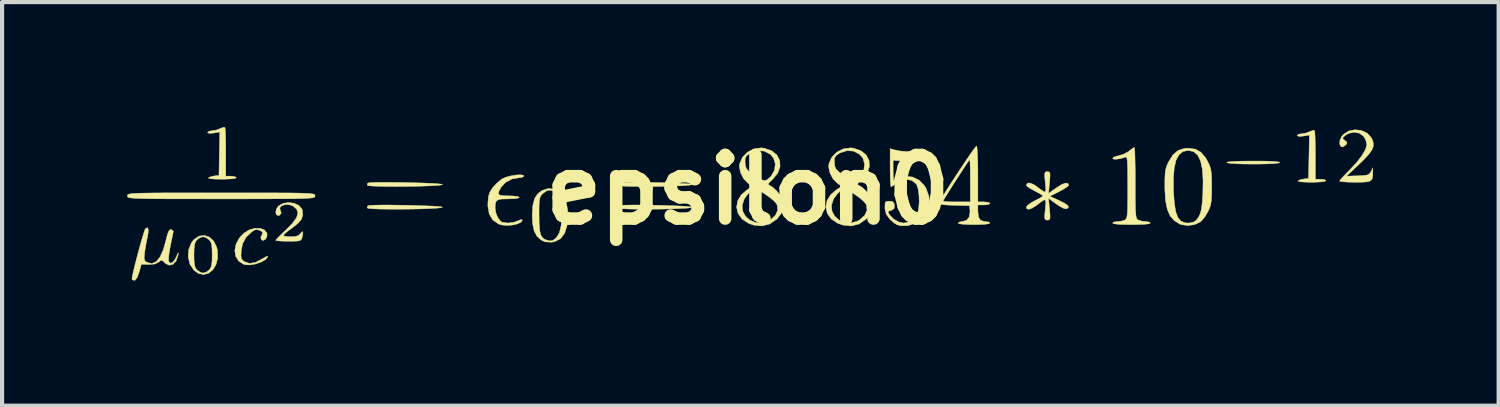
<source format=kicad_pcb>
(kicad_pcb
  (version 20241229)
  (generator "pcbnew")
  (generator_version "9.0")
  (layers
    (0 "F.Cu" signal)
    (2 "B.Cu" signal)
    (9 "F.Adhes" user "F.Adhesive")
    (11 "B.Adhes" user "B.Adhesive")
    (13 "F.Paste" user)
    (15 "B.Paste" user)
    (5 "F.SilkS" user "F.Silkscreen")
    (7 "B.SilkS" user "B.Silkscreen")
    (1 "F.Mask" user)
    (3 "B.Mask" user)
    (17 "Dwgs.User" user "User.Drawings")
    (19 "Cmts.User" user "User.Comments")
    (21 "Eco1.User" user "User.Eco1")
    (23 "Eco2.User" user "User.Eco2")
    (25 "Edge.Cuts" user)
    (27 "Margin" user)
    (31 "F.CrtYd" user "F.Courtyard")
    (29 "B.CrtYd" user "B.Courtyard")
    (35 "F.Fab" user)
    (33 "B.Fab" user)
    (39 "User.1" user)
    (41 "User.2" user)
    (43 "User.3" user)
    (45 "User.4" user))
  (footprint "epsilon0"
    (layer "F.Cu")
    (at 14.882 1.501)
    (property "Reference" "epsilon0" (at 0 0 0) (layer "F.SilkS") (effects (font (size 1.524 1.524) (thickness 0.3))))
    (attr through_hole)
    (fp_poly (pts (xy 1.413 0.562) (xy 1.473 0.611) (xy 1.488 0.688) (xy 1.462 0.781) (xy 1.399 0.829) (xy 1.32 0.822) (xy 1.277 0.791) (xy 1.236 0.71) (xy 1.25 0.63) (xy 1.306 0.571) (xy 1.391 0.556) (xy 1.413 0.562)) (stroke (width 0.01) (type solid)) (fill yes) (layer "F.SilkS"))
    (fp_poly (pts (xy 12.379 -0.688) (xy 12.572 -0.682) (xy 12.697 -0.672) (xy 12.752 -0.659) (xy 12.754 -0.653) (xy 12.71 -0.64) (xy 12.602 -0.629) (xy 12.438 -0.621) (xy 12.226 -0.617) (xy 12.119 -0.617) (xy 11.889 -0.619) (xy 11.703 -0.625) (xy 11.569 -0.634) (xy 11.495 -0.647) (xy 11.484 -0.653) (xy 11.51 -0.668) (xy 11.607 -0.678) (xy 11.772 -0.686) (xy 12.005 -0.689) (xy 12.119 -0.689) (xy 12.379 -0.688)) (stroke (width 0.01) (type solid)) (fill yes) (layer "F.SilkS"))
    (fp_poly (pts (xy -8.587 -0.179) (xy -8.377 -0.177) (xy -8.158 -0.173) (xy -7.942 -0.167) (xy -7.741 -0.161) (xy -7.566 -0.153) (xy -7.43 -0.144) (xy -7.345 -0.135) (xy -7.321 -0.127) (xy -7.358 -0.115) (xy -7.456 -0.105) (xy -7.603 -0.096) (xy -7.786 -0.089) (xy -7.993 -0.083) (xy -8.213 -0.08) (xy -8.434 -0.079) (xy -8.643 -0.08) (xy -8.829 -0.083) (xy -8.979 -0.089) (xy -9.082 -0.097) (xy -9.125 -0.108) (xy -9.126 -0.108) (xy -9.12 -0.152) (xy -9.1 -0.164) (xy -9.044 -0.172) (xy -8.932 -0.177) (xy -8.776 -0.179) (xy -8.587 -0.179)) (stroke (width 0.01) (type solid)) (fill yes) (layer "F.SilkS"))
    (fp_poly (pts (xy -8.587 0.365) (xy -8.377 0.368) (xy -8.158 0.371) (xy -7.942 0.377) (xy -7.741 0.384) (xy -7.566 0.391) (xy -7.43 0.4) (xy -7.345 0.409) (xy -7.321 0.417) (xy -7.358 0.429) (xy -7.456 0.44) (xy -7.603 0.448) (xy -7.786 0.456) (xy -7.993 0.461) (xy -8.213 0.464) (xy -8.434 0.465) (xy -8.643 0.464) (xy -8.829 0.461) (xy -8.979 0.455) (xy -9.082 0.447) (xy -9.125 0.436) (xy -9.126 0.436) (xy -9.12 0.393) (xy -9.1 0.38) (xy -9.044 0.372) (xy -8.932 0.368) (xy -8.776 0.365) (xy -8.587 0.365)) (stroke (width 0.01) (type solid)) (fill yes) (layer "F.SilkS"))
    (fp_poly (pts (xy -2.6 -0.179) (xy -2.39 -0.177) (xy -2.171 -0.173) (xy -1.955 -0.167) (xy -1.754 -0.161) (xy -1.579 -0.153) (xy -1.443 -0.144) (xy -1.358 -0.135) (xy -1.333 -0.127) (xy -1.371 -0.115) (xy -1.469 -0.105) (xy -1.615 -0.096) (xy -1.798 -0.089) (xy -2.006 -0.083) (xy -2.226 -0.08) (xy -2.447 -0.079) (xy -2.656 -0.08) (xy -2.842 -0.083) (xy -2.992 -0.089) (xy -3.095 -0.097) (xy -3.138 -0.108) (xy -3.138 -0.108) (xy -3.133 -0.152) (xy -3.113 -0.164) (xy -3.057 -0.172) (xy -2.945 -0.177) (xy -2.789 -0.179) (xy -2.6 -0.179)) (stroke (width 0.01) (type solid)) (fill yes) (layer "F.SilkS"))
    (fp_poly (pts (xy -2.6 0.365) (xy -2.39 0.368) (xy -2.171 0.371) (xy -1.955 0.377) (xy -1.754 0.384) (xy -1.579 0.391) (xy -1.443 0.4) (xy -1.358 0.409) (xy -1.333 0.417) (xy -1.371 0.429) (xy -1.469 0.44) (xy -1.615 0.448) (xy -1.798 0.456) (xy -2.006 0.461) (xy -2.226 0.464) (xy -2.447 0.465) (xy -2.656 0.464) (xy -2.842 0.461) (xy -2.992 0.455) (xy -3.095 0.447) (xy -3.138 0.436) (xy -3.138 0.436) (xy -3.133 0.393) (xy -3.113 0.38) (xy -3.057 0.372) (xy -2.945 0.368) (xy -2.789 0.365) (xy -2.6 0.365)) (stroke (width 0.01) (type solid)) (fill yes) (layer "F.SilkS"))
    (fp_poly (pts (xy -12.539 -1.496) (xy -12.532 -1.455) (xy -12.526 -1.353) (xy -12.522 -1.205) (xy -12.519 -1.023) (xy -12.519 -0.901) (xy -12.519 -0.327) (xy -12.392 -0.327) (xy -12.308 -0.317) (xy -12.266 -0.295) (xy -12.265 -0.29) (xy -12.299 -0.273) (xy -12.395 -0.261) (xy -12.542 -0.255) (xy -12.617 -0.254) (xy -12.779 -0.257) (xy -12.888 -0.266) (xy -12.935 -0.28) (xy -12.934 -0.287) (xy -12.875 -0.315) (xy -12.791 -0.333) (xy -12.682 -0.345) (xy -12.672 -0.865) (xy -12.662 -1.386) (xy -12.808 -1.361) (xy -12.913 -1.352) (xy -12.954 -1.372) (xy -12.954 -1.376) (xy -12.923 -1.404) (xy -12.854 -1.415) (xy -12.746 -1.433) (xy -12.657 -1.466) (xy -12.583 -1.496) (xy -12.539 -1.496) (xy -12.539 -1.496)) (stroke (width 0.01) (type solid)) (fill yes) (layer "F.SilkS"))
    (fp_poly (pts (xy 13.586 -1.424) (xy 13.593 -1.382) (xy 13.6 -1.281) (xy 13.604 -1.133) (xy 13.607 -0.95) (xy 13.607 -0.829) (xy 13.607 -0.254) (xy 13.734 -0.254) (xy 13.818 -0.245) (xy 13.86 -0.222) (xy 13.861 -0.218) (xy 13.827 -0.201) (xy 13.731 -0.188) (xy 13.584 -0.182) (xy 13.509 -0.181) (xy 13.346 -0.185) (xy 13.238 -0.193) (xy 13.191 -0.207) (xy 13.192 -0.215) (xy 13.25 -0.243) (xy 13.335 -0.26) (xy 13.444 -0.272) (xy 13.454 -0.793) (xy 13.464 -1.313) (xy 13.318 -1.288) (xy 13.213 -1.28) (xy 13.172 -1.299) (xy 13.172 -1.303) (xy 13.203 -1.332) (xy 13.271 -1.343) (xy 13.38 -1.36) (xy 13.469 -1.394) (xy 13.543 -1.423) (xy 13.586 -1.424) (xy 13.586 -1.424)) (stroke (width 0.01) (type solid)) (fill yes) (layer "F.SilkS"))
    (fp_poly (pts (xy -11.693 0.924) (xy -11.591 0.963) (xy -11.532 1.04) (xy -11.529 1.05) (xy -11.532 1.126) (xy -11.568 1.187) (xy -11.62 1.215) (xy -11.661 1.199) (xy -11.68 1.144) (xy -11.655 1.087) (xy -11.631 1.031) (xy -11.66 0.994) (xy -11.703 0.973) (xy -11.779 0.951) (xy -11.848 0.973) (xy -11.891 1.003) (xy -12.035 1.14) (xy -12.118 1.3) (xy -12.148 1.464) (xy -12.154 1.581) (xy -12.143 1.651) (xy -12.109 1.696) (xy -12.071 1.723) (xy -11.948 1.765) (xy -11.802 1.741) (xy -11.632 1.65) (xy -11.627 1.647) (xy -11.552 1.603) (xy -11.512 1.594) (xy -11.51 1.604) (xy -11.563 1.671) (xy -11.666 1.73) (xy -11.797 1.776) (xy -11.933 1.801) (xy -12.052 1.797) (xy -12.083 1.789) (xy -12.208 1.71) (xy -12.281 1.594) (xy -12.302 1.454) (xy -12.272 1.302) (xy -12.19 1.153) (xy -12.083 1.04) (xy -11.957 0.962) (xy -11.821 0.923) (xy -11.693 0.924)) (stroke (width 0.01) (type solid)) (fill yes) (layer "F.SilkS"))
    (fp_poly (pts (xy -12.91 1.135) (xy -12.808 1.23) (xy -12.737 1.373) (xy -12.718 1.461) (xy -12.714 1.642) (xy -12.755 1.798) (xy -12.83 1.92) (xy -12.931 2) (xy -13.048 2.032) (xy -13.172 2.006) (xy -13.281 1.929) (xy -13.377 1.785) (xy -13.419 1.614) (xy -13.416 1.56) (xy -13.281 1.56) (xy -13.278 1.714) (xy -13.266 1.815) (xy -13.242 1.88) (xy -13.208 1.923) (xy -13.129 1.978) (xy -13.063 1.996) (xy -12.984 1.971) (xy -12.918 1.923) (xy -12.88 1.873) (xy -12.858 1.805) (xy -12.847 1.699) (xy -12.845 1.56) (xy -12.848 1.406) (xy -12.86 1.306) (xy -12.884 1.241) (xy -12.918 1.197) (xy -12.997 1.143) (xy -13.063 1.125) (xy -13.142 1.149) (xy -13.208 1.197) (xy -13.246 1.247) (xy -13.268 1.316) (xy -13.278 1.422) (xy -13.281 1.56) (xy -13.416 1.56) (xy -13.408 1.436) (xy -13.344 1.273) (xy -13.281 1.192) (xy -13.158 1.11) (xy -13.03 1.093) (xy -12.91 1.135)) (stroke (width 0.01) (type solid)) (fill yes) (layer "F.SilkS"))
    (fp_poly (pts (xy -4.652 -0.016) (xy -4.543 0.037) (xy -4.431 0.136) (xy -4.359 0.278) (xy -4.324 0.472) (xy -4.318 0.617) (xy -4.337 0.861) (xy -4.394 1.044) (xy -4.491 1.171) (xy -4.63 1.242) (xy -4.705 1.257) (xy -4.857 1.248) (xy -4.956 1.204) (xy -5.057 1.114) (xy -5.124 0.987) (xy -5.16 0.813) (xy -5.17 0.599) (xy -5.007 0.599) (xy -5.004 0.815) (xy -4.992 0.97) (xy -4.968 1.076) (xy -4.929 1.145) (xy -4.873 1.187) (xy -4.851 1.197) (xy -4.745 1.227) (xy -4.667 1.21) (xy -4.591 1.148) (xy -4.518 1.029) (xy -4.476 0.851) (xy -4.466 0.612) (xy -4.474 0.44) (xy -4.489 0.292) (xy -4.508 0.196) (xy -4.541 0.133) (xy -4.59 0.082) (xy -4.704 0.012) (xy -4.809 0.014) (xy -4.915 0.086) (xy -4.918 0.089) (xy -4.957 0.132) (xy -4.982 0.178) (xy -4.997 0.244) (xy -5.005 0.343) (xy -5.007 0.492) (xy -5.007 0.599) (xy -5.17 0.599) (xy -5.17 0.599) (xy -5.156 0.375) (xy -5.113 0.21) (xy -5.037 0.093) (xy -4.936 0.019) (xy -4.79 -0.031) (xy -4.652 -0.016)) (stroke (width 0.01) (type solid)) (fill yes) (layer "F.SilkS"))
    (fp_poly (pts (xy -12.168 0.073) (xy -11.776 0.073) (xy -11.445 0.073) (xy -11.172 0.075) (xy -10.949 0.076) (xy -10.773 0.079) (xy -10.637 0.083) (xy -10.537 0.088) (xy -10.466 0.094) (xy -10.42 0.102) (xy -10.394 0.112) (xy -10.382 0.124) (xy -10.378 0.138) (xy -10.378 0.145) (xy -10.379 0.16) (xy -10.386 0.173) (xy -10.405 0.183) (xy -10.441 0.192) (xy -10.499 0.199) (xy -10.584 0.205) (xy -10.701 0.209) (xy -10.857 0.213) (xy -11.056 0.215) (xy -11.304 0.216) (xy -11.606 0.217) (xy -11.967 0.218) (xy -12.393 0.218) (xy -12.627 0.218) (xy -13.087 0.218) (xy -13.479 0.217) (xy -13.809 0.217) (xy -14.083 0.216) (xy -14.306 0.214) (xy -14.482 0.211) (xy -14.618 0.207) (xy -14.718 0.202) (xy -14.789 0.196) (xy -14.835 0.188) (xy -14.861 0.178) (xy -14.873 0.166) (xy -14.877 0.153) (xy -14.877 0.145) (xy -14.876 0.13) (xy -14.868 0.118) (xy -14.85 0.107) (xy -14.814 0.098) (xy -14.756 0.091) (xy -14.671 0.085) (xy -14.553 0.081) (xy -14.398 0.078) (xy -14.198 0.075) (xy -13.951 0.074) (xy -13.649 0.073) (xy -13.287 0.073) (xy -12.862 0.073) (xy -12.627 0.073) (xy -12.168 0.073)) (stroke (width 0.01) (type solid)) (fill yes) (layer "F.SilkS"))
    (fp_poly (pts (xy -10.879 0.323) (xy -10.766 0.375) (xy -10.694 0.459) (xy -10.684 0.487) (xy -10.672 0.605) (xy -10.706 0.708) (xy -10.794 0.81) (xy -10.922 0.91) (xy -11.028 0.988) (xy -11.105 1.053) (xy -11.139 1.092) (xy -11.14 1.094) (xy -11.107 1.112) (xy -11.024 1.123) (xy -10.96 1.125) (xy -10.841 1.118) (xy -10.769 1.09) (xy -10.724 1.044) (xy -10.684 1.002) (xy -10.668 1.024) (xy -10.68 1.106) (xy -10.691 1.152) (xy -10.707 1.192) (xy -10.738 1.216) (xy -10.801 1.229) (xy -10.91 1.233) (xy -11.017 1.234) (xy -11.155 1.231) (xy -11.261 1.224) (xy -11.316 1.215) (xy -11.321 1.211) (xy -11.296 1.178) (xy -11.229 1.108) (xy -11.133 1.016) (xy -11.082 0.969) (xy -10.92 0.805) (xy -10.822 0.668) (xy -10.789 0.555) (xy -10.819 0.463) (xy -10.91 0.387) (xy -10.924 0.38) (xy -11.017 0.353) (xy -11.11 0.358) (xy -11.186 0.388) (xy -11.225 0.434) (xy -11.211 0.491) (xy -11.21 0.493) (xy -11.188 0.559) (xy -11.226 0.608) (xy -11.269 0.617) (xy -11.31 0.589) (xy -11.319 0.523) (xy -11.297 0.444) (xy -11.255 0.387) (xy -11.144 0.325) (xy -11.012 0.305) (xy -10.879 0.323)) (stroke (width 0.01) (type solid)) (fill yes) (layer "F.SilkS"))
    (fp_poly (pts (xy -5.387 -0.35) (xy -5.37 -0.332) (xy -5.402 -0.303) (xy -5.478 -0.29) (xy -5.48 -0.29) (xy -5.653 -0.261) (xy -5.806 -0.181) (xy -5.914 -0.066) (xy -5.969 0.035) (xy -5.982 0.097) (xy -5.942 0.131) (xy -5.844 0.143) (xy -5.733 0.145) (xy -5.603 0.15) (xy -5.513 0.163) (xy -5.479 0.181) (xy -5.479 0.181) (xy -5.513 0.2) (xy -5.604 0.213) (xy -5.737 0.218) (xy -5.747 0.218) (xy -5.898 0.221) (xy -5.991 0.239) (xy -6.039 0.281) (xy -6.057 0.357) (xy -6.06 0.44) (xy -6.04 0.561) (xy -5.991 0.676) (xy -5.925 0.757) (xy -5.895 0.776) (xy -5.758 0.798) (xy -5.605 0.777) (xy -5.514 0.743) (xy -5.442 0.715) (xy -5.407 0.72) (xy -5.407 0.724) (xy -5.439 0.776) (xy -5.525 0.818) (xy -5.643 0.845) (xy -5.775 0.854) (xy -5.901 0.843) (xy -5.977 0.819) (xy -6.116 0.722) (xy -6.201 0.58) (xy -6.234 0.39) (xy -6.232 0.301) (xy -6.218 0.157) (xy -6.186 0.054) (xy -6.126 -0.04) (xy -6.109 -0.062) (xy -6.016 -0.161) (xy -5.916 -0.245) (xy -5.885 -0.266) (xy -5.795 -0.304) (xy -5.68 -0.334) (xy -5.56 -0.354) (xy -5.456 -0.36) (xy -5.387 -0.35)) (stroke (width 0.01) (type solid)) (fill yes) (layer "F.SilkS"))
    (fp_poly (pts (xy 14.71 -1.423) (xy 14.848 -1.358) (xy 14.949 -1.25) (xy 14.96 -1.229) (xy 14.995 -1.135) (xy 14.997 -1.046) (xy 14.961 -0.953) (xy 14.882 -0.844) (xy 14.754 -0.708) (xy 14.65 -0.608) (xy 14.351 -0.327) (xy 14.622 -0.336) (xy 14.763 -0.342) (xy 14.849 -0.355) (xy 14.899 -0.379) (xy 14.931 -0.42) (xy 14.939 -0.435) (xy 14.985 -0.526) (xy 14.985 -0.435) (xy 14.982 -0.327) (xy 14.966 -0.255) (xy 14.923 -0.211) (xy 14.842 -0.19) (xy 14.711 -0.182) (xy 14.564 -0.181) (xy 14.409 -0.184) (xy 14.285 -0.191) (xy 14.207 -0.201) (xy 14.188 -0.21) (xy 14.212 -0.246) (xy 14.277 -0.319) (xy 14.37 -0.416) (xy 14.41 -0.455) (xy 14.586 -0.642) (xy 14.721 -0.815) (xy 14.808 -0.965) (xy 14.841 -1.084) (xy 14.841 -1.091) (xy 14.818 -1.188) (xy 14.766 -1.283) (xy 14.665 -1.357) (xy 14.536 -1.381) (xy 14.404 -1.354) (xy 14.328 -1.309) (xy 14.271 -1.257) (xy 14.267 -1.225) (xy 14.314 -1.184) (xy 14.315 -1.184) (xy 14.364 -1.138) (xy 14.356 -1.1) (xy 14.327 -1.068) (xy 14.266 -1.03) (xy 14.227 -1.032) (xy 14.191 -1.092) (xy 14.196 -1.183) (xy 14.239 -1.28) (xy 14.274 -1.324) (xy 14.404 -1.408) (xy 14.556 -1.44) (xy 14.71 -1.423)) (stroke (width 0.01) (type solid)) (fill yes) (layer "F.SilkS"))
    (fp_poly (pts (xy 9.273 -0.981) (xy 9.279 -0.884) (xy 9.283 -0.735) (xy 9.287 -0.542) (xy 9.289 -0.318) (xy 9.289 -0.165) (xy 9.289 0.106) (xy 9.291 0.313) (xy 9.294 0.466) (xy 9.3 0.573) (xy 9.309 0.643) (xy 9.321 0.686) (xy 9.339 0.711) (xy 9.359 0.724) (xy 9.447 0.752) (xy 9.541 0.762) (xy 9.618 0.772) (xy 9.652 0.797) (xy 9.652 0.798) (xy 9.617 0.814) (xy 9.518 0.826) (xy 9.361 0.833) (xy 9.198 0.835) (xy 9.002 0.832) (xy 8.856 0.824) (xy 8.768 0.811) (xy 8.745 0.798) (xy 8.776 0.773) (xy 8.853 0.762) (xy 8.856 0.762) (xy 8.961 0.75) (xy 9.038 0.724) (xy 9.061 0.708) (xy 9.079 0.68) (xy 9.091 0.631) (xy 9.1 0.552) (xy 9.105 0.433) (xy 9.107 0.264) (xy 9.108 0.036) (xy 9.108 -0.06) (xy 9.107 -0.31) (xy 9.106 -0.497) (xy 9.102 -0.629) (xy 9.096 -0.715) (xy 9.086 -0.763) (xy 9.071 -0.783) (xy 9.052 -0.784) (xy 9.044 -0.781) (xy 8.942 -0.75) (xy 8.843 -0.734) (xy 8.77 -0.736) (xy 8.745 -0.754) (xy 8.777 -0.783) (xy 8.857 -0.81) (xy 8.891 -0.817) (xy 9.016 -0.856) (xy 9.129 -0.919) (xy 9.141 -0.929) (xy 9.214 -0.986) (xy 9.262 -1.015) (xy 9.267 -1.016) (xy 9.273 -0.981)) (stroke (width 0.01) (type solid)) (fill yes) (layer "F.SilkS"))
    (fp_poly (pts (xy -14.377 0.946) (xy -14.381 1.044) (xy -14.401 1.153) (xy -14.432 1.305) (xy -14.458 1.46) (xy -14.467 1.53) (xy -14.475 1.637) (xy -14.461 1.697) (xy -14.418 1.735) (xy -14.408 1.74) (xy -14.294 1.768) (xy -14.189 1.726) (xy -14.096 1.614) (xy -14.016 1.436) (xy -13.965 1.255) (xy -13.925 1.1) (xy -13.893 1.006) (xy -13.864 0.96) (xy -13.831 0.953) (xy -13.83 0.953) (xy -13.782 0.982) (xy -13.777 1.002) (xy -13.787 1.052) (xy -13.808 1.155) (xy -13.836 1.291) (xy -13.847 1.347) (xy -13.874 1.494) (xy -13.889 1.619) (xy -13.89 1.701) (xy -13.887 1.716) (xy -13.847 1.76) (xy -13.793 1.741) (xy -13.733 1.664) (xy -13.702 1.603) (xy -13.667 1.525) (xy -13.655 1.51) (xy -13.661 1.556) (xy -13.665 1.578) (xy -13.711 1.709) (xy -13.785 1.788) (xy -13.874 1.808) (xy -13.966 1.764) (xy -13.988 1.741) (xy -14.041 1.692) (xy -14.082 1.697) (xy -14.125 1.732) (xy -14.217 1.779) (xy -14.36 1.791) (xy -14.369 1.791) (xy -14.543 1.785) (xy -14.595 1.972) (xy -14.641 2.097) (xy -14.691 2.163) (xy -14.708 2.171) (xy -14.758 2.158) (xy -14.767 2.134) (xy -14.758 2.07) (xy -14.733 1.954) (xy -14.696 1.802) (xy -14.651 1.628) (xy -14.603 1.447) (xy -14.555 1.273) (xy -14.511 1.121) (xy -14.474 1.005) (xy -14.45 0.94) (xy -14.445 0.933) (xy -14.399 0.907) (xy -14.377 0.946)) (stroke (width 0.01) (type solid)) (fill yes) (layer "F.SilkS"))
    (fp_poly (pts (xy 10.728 -0.975) (xy 10.862 -0.901) (xy 10.975 -0.768) (xy 11.031 -0.669) (xy 11.071 -0.583) (xy 11.097 -0.5) (xy 11.113 -0.402) (xy 11.12 -0.27) (xy 11.122 -0.086) (xy 11.122 -0.073) (xy 11.12 0.115) (xy 11.113 0.25) (xy 11.099 0.349) (xy 11.073 0.432) (xy 11.034 0.518) (xy 11.031 0.524) (xy 10.962 0.64) (xy 10.885 0.736) (xy 10.846 0.772) (xy 10.707 0.835) (xy 10.543 0.857) (xy 10.388 0.833) (xy 10.36 0.822) (xy 10.225 0.739) (xy 10.125 0.624) (xy 10.057 0.469) (xy 10.016 0.264) (xy 9.999 0.001) (xy 9.998 -0.073) (xy 9.999 -0.26) (xy 9.999 -0.265) (xy 10.203 -0.265) (xy 10.207 0.053) (xy 10.208 0.081) (xy 10.228 0.337) (xy 10.26 0.528) (xy 10.31 0.663) (xy 10.38 0.748) (xy 10.474 0.79) (xy 10.559 0.798) (xy 10.679 0.778) (xy 10.748 0.735) (xy 10.808 0.655) (xy 10.849 0.566) (xy 10.878 0.45) (xy 10.897 0.293) (xy 10.909 0.1) (xy 10.915 -0.228) (xy 10.898 -0.491) (xy 10.856 -0.69) (xy 10.788 -0.83) (xy 10.693 -0.914) (xy 10.57 -0.943) (xy 10.559 -0.943) (xy 10.434 -0.919) (xy 10.337 -0.842) (xy 10.266 -0.709) (xy 10.222 -0.518) (xy 10.203 -0.265) (xy 9.999 -0.265) (xy 10.005 -0.394) (xy 10.019 -0.492) (xy 10.044 -0.575) (xy 10.083 -0.66) (xy 10.087 -0.669) (xy 10.194 -0.838) (xy 10.315 -0.943) (xy 10.464 -0.992) (xy 10.559 -0.998) (xy 10.728 -0.975)) (stroke (width 0.01) (type solid)) (fill yes) (layer "F.SilkS"))
    (fp_poly (pts (xy 7.22 -0.431) (xy 7.241 -0.408) (xy 7.246 -0.35) (xy 7.239 -0.242) (xy 7.233 -0.174) (xy 7.209 0.088) (xy 7.4 -0.049) (xy 7.53 -0.13) (xy 7.626 -0.163) (xy 7.681 -0.148) (xy 7.693 -0.111) (xy 7.663 -0.077) (xy 7.584 -0.024) (xy 7.472 0.038) (xy 7.466 0.041) (xy 7.239 0.156) (xy 7.466 0.258) (xy 7.607 0.329) (xy 7.679 0.385) (xy 7.684 0.429) (xy 7.639 0.458) (xy 7.582 0.449) (xy 7.49 0.402) (xy 7.397 0.341) (xy 7.209 0.203) (xy 7.233 0.464) (xy 7.245 0.599) (xy 7.245 0.677) (xy 7.231 0.714) (xy 7.201 0.725) (xy 7.181 0.726) (xy 7.142 0.721) (xy 7.121 0.698) (xy 7.117 0.64) (xy 7.124 0.532) (xy 7.131 0.467) (xy 7.143 0.329) (xy 7.14 0.255) (xy 7.11 0.24) (xy 7.044 0.278) (xy 6.93 0.365) (xy 6.925 0.369) (xy 6.812 0.443) (xy 6.728 0.469) (xy 6.683 0.447) (xy 6.677 0.417) (xy 6.707 0.373) (xy 6.786 0.314) (xy 6.876 0.264) (xy 6.981 0.21) (xy 7.053 0.166) (xy 7.076 0.145) (xy 7.046 0.119) (xy 6.968 0.074) (xy 6.876 0.026) (xy 6.771 -0.031) (xy 6.699 -0.081) (xy 6.677 -0.11) (xy 6.702 -0.159) (xy 6.769 -0.162) (xy 6.863 -0.122) (xy 6.921 -0.082) (xy 7.038 0.007) (xy 7.107 0.049) (xy 7.139 0.038) (xy 7.144 -0.031) (xy 7.132 -0.162) (xy 7.131 -0.177) (xy 7.118 -0.311) (xy 7.118 -0.388) (xy 7.131 -0.424) (xy 7.162 -0.435) (xy 7.181 -0.435) (xy 7.22 -0.431)) (stroke (width 0.01) (type solid)) (fill yes) (layer "F.SilkS"))
    (fp_poly (pts (xy 5.493 -1.018) (xy 5.502 -0.921) (xy 5.509 -0.772) (xy 5.514 -0.582) (xy 5.515 -0.381) (xy 5.515 0.29) (xy 5.661 0.29) (xy 5.751 0.298) (xy 5.802 0.318) (xy 5.806 0.327) (xy 5.774 0.349) (xy 5.693 0.362) (xy 5.661 0.363) (xy 5.515 0.363) (xy 5.515 0.519) (xy 5.53 0.653) (xy 5.579 0.731) (xy 5.671 0.761) (xy 5.704 0.762) (xy 5.777 0.773) (xy 5.806 0.798) (xy 5.771 0.815) (xy 5.674 0.827) (xy 5.524 0.834) (xy 5.425 0.835) (xy 5.25 0.831) (xy 5.123 0.822) (xy 5.054 0.808) (xy 5.044 0.798) (xy 5.075 0.771) (xy 5.132 0.762) (xy 5.243 0.732) (xy 5.31 0.649) (xy 5.327 0.519) (xy 5.327 0.513) (xy 5.316 0.381) (xy 4.941 0.371) (xy 4.768 0.364) (xy 4.658 0.354) (xy 4.599 0.34) (xy 4.582 0.319) (xy 4.584 0.311) (xy 4.605 0.271) (xy 4.681 0.271) (xy 4.714 0.279) (xy 4.804 0.286) (xy 4.935 0.29) (xy 5.007 0.29) (xy 5.334 0.29) (xy 5.334 -0.218) (xy 5.333 -0.4) (xy 5.331 -0.554) (xy 5.327 -0.665) (xy 5.322 -0.721) (xy 5.32 -0.726) (xy 5.297 -0.697) (xy 5.243 -0.619) (xy 5.167 -0.505) (xy 5.077 -0.366) (xy 4.98 -0.216) (xy 4.885 -0.067) (xy 4.8 0.069) (xy 4.732 0.178) (xy 4.691 0.25) (xy 4.681 0.271) (xy 4.605 0.271) (xy 4.614 0.254) (xy 4.675 0.153) (xy 4.76 0.017) (xy 4.863 -0.144) (xy 4.976 -0.318) (xy 5.092 -0.494) (xy 5.205 -0.664) (xy 5.307 -0.814) (xy 5.392 -0.937) (xy 5.453 -1.019) (xy 5.482 -1.052) (xy 5.482 -1.052) (xy 5.493 -1.018)) (stroke (width 0.01) (type solid)) (fill yes) (layer "F.SilkS"))
    (fp_poly (pts (xy 3.493 -0.963) (xy 3.649 -0.93) (xy 3.825 -0.916) (xy 3.988 -0.924) (xy 4.081 -0.943) (xy 4.188 -0.969) (xy 4.236 -0.958) (xy 4.222 -0.909) (xy 4.192 -0.872) (xy 4.08 -0.79) (xy 3.924 -0.728) (xy 3.752 -0.696) (xy 3.649 -0.695) (xy 3.483 -0.708) (xy 3.483 -0.463) (xy 3.485 -0.34) (xy 3.49 -0.252) (xy 3.497 -0.218) (xy 3.497 -0.218) (xy 3.536 -0.233) (xy 3.61 -0.269) (xy 3.615 -0.272) (xy 3.783 -0.322) (xy 3.951 -0.306) (xy 4.107 -0.229) (xy 4.235 -0.097) (xy 4.272 -0.036) (xy 4.342 0.158) (xy 4.341 0.349) (xy 4.273 0.546) (xy 4.164 0.691) (xy 4.016 0.798) (xy 3.846 0.858) (xy 3.674 0.863) (xy 3.574 0.836) (xy 3.503 0.791) (xy 3.417 0.716) (xy 3.396 0.694) (xy 3.318 0.587) (xy 3.289 0.465) (xy 3.287 0.427) (xy 3.289 0.33) (xy 3.307 0.285) (xy 3.358 0.273) (xy 3.393 0.272) (xy 3.472 0.283) (xy 3.506 0.33) (xy 3.513 0.371) (xy 3.508 0.448) (xy 3.455 0.486) (xy 3.433 0.492) (xy 3.371 0.513) (xy 3.365 0.546) (xy 3.4 0.604) (xy 3.495 0.702) (xy 3.621 0.773) (xy 3.737 0.798) (xy 3.871 0.767) (xy 3.991 0.685) (xy 4.063 0.582) (xy 4.095 0.458) (xy 4.108 0.301) (xy 4.104 0.135) (xy 4.083 -0.015) (xy 4.047 -0.125) (xy 4.035 -0.143) (xy 3.934 -0.224) (xy 3.803 -0.252) (xy 3.665 -0.225) (xy 3.565 -0.165) (xy 3.49 -0.106) (xy 3.439 -0.074) (xy 3.433 -0.073) (xy 3.425 -0.107) (xy 3.418 -0.199) (xy 3.413 -0.338) (xy 3.411 -0.507) (xy 3.411 -0.53) (xy 3.411 -0.988) (xy 3.493 -0.963)) (stroke (width 0.01) (type solid)) (fill yes) (layer "F.SilkS"))
    (fp_poly (pts (xy 0.391 -0.998) (xy 0.571 -0.936) (xy 0.696 -0.834) (xy 0.764 -0.704) (xy 0.772 -0.556) (xy 0.718 -0.404) (xy 0.599 -0.257) (xy 0.576 -0.237) (xy 0.502 -0.164) (xy 0.492 -0.124) (xy 0.502 -0.117) (xy 0.596 -0.061) (xy 0.699 0.035) (xy 0.787 0.146) (xy 0.835 0.238) (xy 0.853 0.402) (xy 0.803 0.563) (xy 0.698 0.699) (xy 0.527 0.818) (xy 0.338 0.867) (xy 0.134 0.845) (xy 0.012 0.801) (xy -0.141 0.698) (xy -0.235 0.567) (xy -0.27 0.418) (xy -0.262 0.374) (xy -0.137 0.374) (xy -0.123 0.512) (xy -0.059 0.632) (xy 0.044 0.725) (xy 0.175 0.782) (xy 0.322 0.796) (xy 0.475 0.756) (xy 0.548 0.716) (xy 0.664 0.607) (xy 0.717 0.487) (xy 0.702 0.365) (xy 0.688 0.337) (xy 0.631 0.271) (xy 0.532 0.187) (xy 0.412 0.103) (xy 0.405 0.098) (xy 0.176 -0.046) (xy 0.079 0.025) (xy -0.004 0.106) (xy -0.081 0.211) (xy -0.089 0.226) (xy -0.137 0.374) (xy -0.262 0.374) (xy -0.244 0.265) (xy -0.158 0.12) (xy -0.012 -0.004) (xy 0.114 -0.081) (xy 0.003 -0.159) (xy -0.1 -0.265) (xy -0.173 -0.405) (xy -0.204 -0.55) (xy -0.198 -0.623) (xy -0.18 -0.663) (xy -0.067 -0.663) (xy -0.066 -0.644) (xy -0.054 -0.557) (xy -0.024 -0.493) (xy 0.039 -0.431) (xy 0.142 -0.355) (xy 0.253 -0.284) (xy 0.348 -0.234) (xy 0.402 -0.218) (xy 0.465 -0.244) (xy 0.541 -0.309) (xy 0.559 -0.329) (xy 0.639 -0.471) (xy 0.658 -0.619) (xy 0.617 -0.758) (xy 0.542 -0.849) (xy 0.397 -0.927) (xy 0.235 -0.939) (xy 0.069 -0.885) (xy 0.043 -0.87) (xy -0.033 -0.815) (xy -0.065 -0.757) (xy -0.067 -0.663) (xy -0.18 -0.663) (xy -0.129 -0.78) (xy -0.008 -0.903) (xy 0.148 -0.982) (xy 0.323 -1.006) (xy 0.391 -0.998)) (stroke (width 0.01) (type solid)) (fill yes) (layer "F.SilkS"))
    (fp_poly (pts (xy 2.532 -0.998) (xy 2.712 -0.936) (xy 2.837 -0.834) (xy 2.905 -0.704) (xy 2.913 -0.556) (xy 2.859 -0.404) (xy 2.739 -0.257) (xy 2.717 -0.237) (xy 2.643 -0.164) (xy 2.633 -0.124) (xy 2.643 -0.117) (xy 2.737 -0.061) (xy 2.84 0.035) (xy 2.928 0.146) (xy 2.976 0.238) (xy 2.994 0.402) (xy 2.944 0.563) (xy 2.839 0.699) (xy 2.668 0.818) (xy 2.479 0.867) (xy 2.275 0.845) (xy 2.153 0.801) (xy 1.999 0.698) (xy 1.905 0.567) (xy 1.871 0.418) (xy 1.878 0.374) (xy 2.004 0.374) (xy 2.018 0.512) (xy 2.082 0.632) (xy 2.185 0.725) (xy 2.316 0.782) (xy 2.463 0.796) (xy 2.616 0.756) (xy 2.688 0.716) (xy 2.805 0.607) (xy 2.858 0.487) (xy 2.843 0.365) (xy 2.829 0.337) (xy 2.772 0.271) (xy 2.673 0.187) (xy 2.553 0.103) (xy 2.546 0.098) (xy 2.317 -0.046) (xy 2.22 0.025) (xy 2.137 0.106) (xy 2.06 0.211) (xy 2.052 0.226) (xy 2.004 0.374) (xy 1.878 0.374) (xy 1.897 0.265) (xy 1.983 0.12) (xy 2.129 -0.004) (xy 2.254 -0.081) (xy 2.144 -0.159) (xy 2.041 -0.265) (xy 1.968 -0.405) (xy 1.937 -0.55) (xy 1.943 -0.623) (xy 1.96 -0.663) (xy 2.074 -0.663) (xy 2.075 -0.644) (xy 2.087 -0.557) (xy 2.117 -0.493) (xy 2.18 -0.431) (xy 2.283 -0.355) (xy 2.394 -0.284) (xy 2.489 -0.234) (xy 2.543 -0.218) (xy 2.605 -0.244) (xy 2.682 -0.309) (xy 2.7 -0.329) (xy 2.78 -0.471) (xy 2.799 -0.619) (xy 2.758 -0.758) (xy 2.682 -0.849) (xy 2.538 -0.927) (xy 2.375 -0.939) (xy 2.209 -0.885) (xy 2.184 -0.87) (xy 2.108 -0.815) (xy 2.076 -0.757) (xy 2.074 -0.663) (xy 1.96 -0.663) (xy 2.012 -0.78) (xy 2.133 -0.903) (xy 2.289 -0.982) (xy 2.464 -1.006) (xy 2.532 -0.998)) (stroke (width 0.01) (type solid)) (fill yes) (layer "F.SilkS")))
  (gr_rect
    (start -3 -3)
    (end 32.884 6.677)
    (stroke (width 0.1) (type default))
    (fill no)
    (layer "Edge.Cuts")))
</source>
